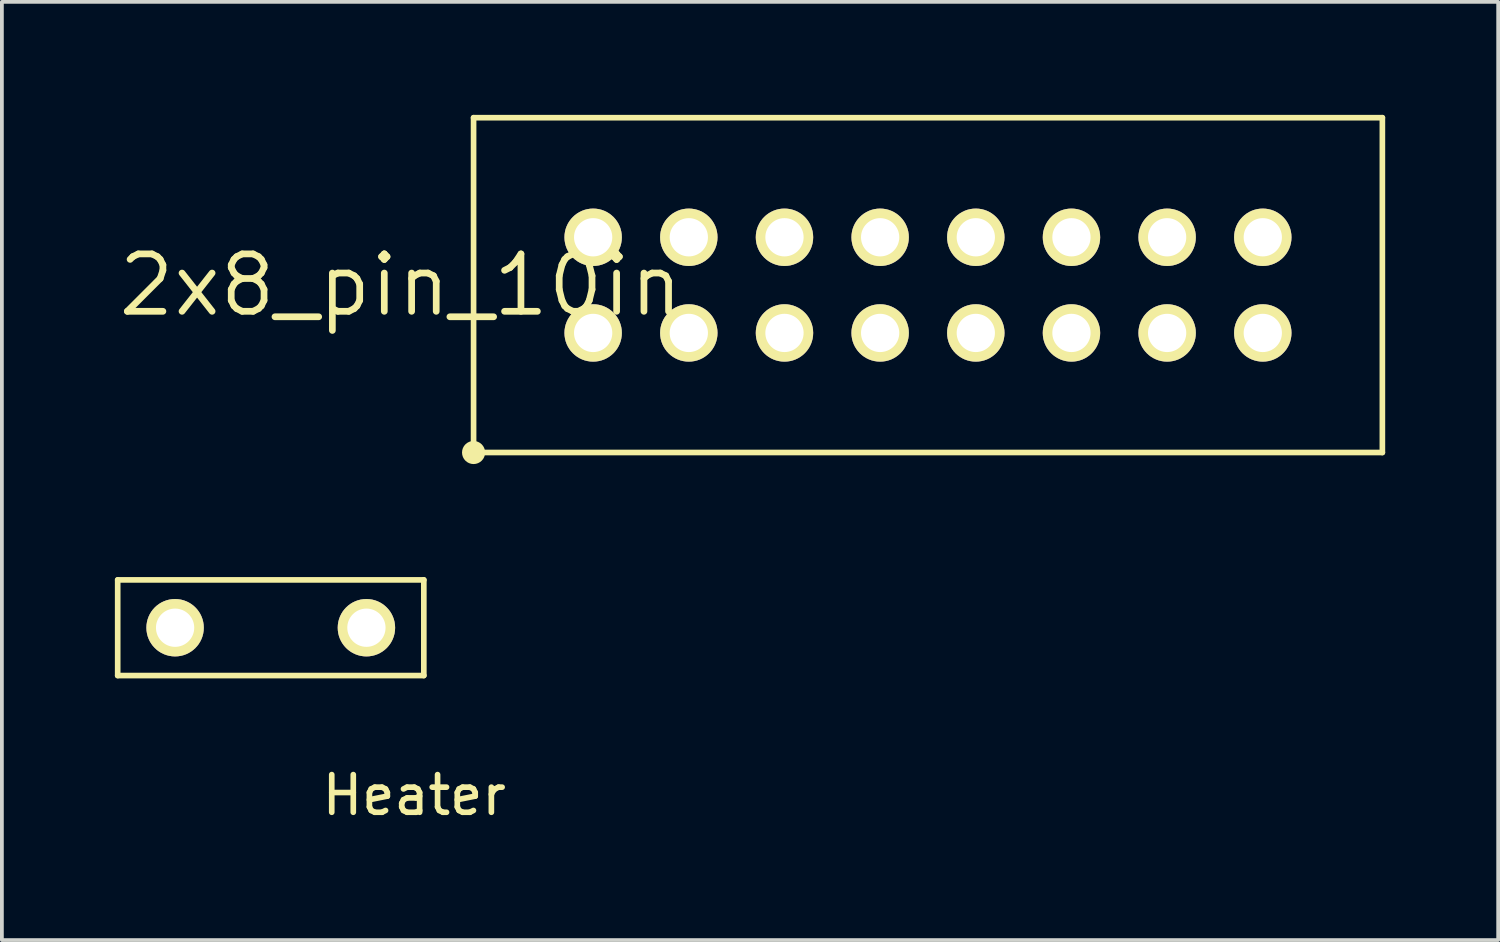
<source format=kicad_pcb>
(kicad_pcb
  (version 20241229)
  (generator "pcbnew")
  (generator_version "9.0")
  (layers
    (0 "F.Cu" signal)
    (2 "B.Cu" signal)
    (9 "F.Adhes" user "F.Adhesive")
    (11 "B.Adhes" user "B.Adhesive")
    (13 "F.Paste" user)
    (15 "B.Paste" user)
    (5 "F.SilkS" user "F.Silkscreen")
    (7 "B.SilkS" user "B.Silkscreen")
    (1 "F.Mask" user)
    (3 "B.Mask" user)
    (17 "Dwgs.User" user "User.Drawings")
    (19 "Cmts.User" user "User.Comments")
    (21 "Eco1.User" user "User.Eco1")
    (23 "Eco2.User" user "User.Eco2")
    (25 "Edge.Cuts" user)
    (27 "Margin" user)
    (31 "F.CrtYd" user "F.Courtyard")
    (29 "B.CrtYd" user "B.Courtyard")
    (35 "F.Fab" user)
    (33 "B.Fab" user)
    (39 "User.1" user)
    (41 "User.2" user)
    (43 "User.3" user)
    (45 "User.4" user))
  (footprint "Heater"
    (layer "F.Cu")
    (at 4.139 13.617)
    (property "Reference" "Heater" (at 3.81 4.445 0) (layer "F.SilkS") (effects (font (size 1 1) (thickness 0.15))))
    (attr through_hole)
    (fp_line (start -4.064 -1.27) (end -4.064 1.27) (stroke (width 0.15) (type solid)) (layer "F.SilkS"))
    (fp_line (start -4.064 1.27) (end 4.064 1.27) (stroke (width 0.15) (type solid)) (layer "F.SilkS"))
    (fp_line (start 4.064 -1.27) (end -4.064 -1.27) (stroke (width 0.15) (type solid)) (layer "F.SilkS"))
    (fp_line (start 4.064 1.27) (end 4.064 -1.27) (stroke (width 0.15) (type solid)) (layer "F.SilkS"))
    (pad "1" thru_hole circle (at -2.54 0) (size 1.524 1.524) (drill 1.016) (layers "*.Cu" "*.Mask" "F.SilkS"))
    (pad "2" thru_hole circle (at 2.54 0) (size 1.524 1.524) (drill 1.016) (layers "*.Cu" "*.Mask" "F.SilkS")))
  (footprint "2x8_pin_10in"
    (layer "F.Cu")
    (at 21.589 4.52)
    (property "Reference" "2x8_pin_10in" (at -14 0 0) (layer "F.SilkS") (effects (font (size 1.524 1.524) (thickness 0.178))))
    (attr through_hole)
    (fp_line (start -12.065 -4.445) (end -12.065 4.445) (stroke (width 0.15) (type solid)) (layer "F.SilkS"))
    (fp_line (start -12.065 4.445) (end 12.065 4.445) (stroke (width 0.15) (type solid)) (layer "F.SilkS"))
    (fp_line (start 12.065 -4.445) (end -12.065 -4.445) (stroke (width 0.15) (type solid)) (layer "F.SilkS"))
    (fp_line (start 12.065 4.445) (end 12.065 -4.445) (stroke (width 0.15) (type solid)) (layer "F.SilkS"))
    (fp_circle (center -12.065 4.445) (end -11.938 4.318) (stroke (width 0.254) (type solid)) (fill no) (layer "F.SilkS"))
    (pad "1" thru_hole circle (at -8.89 1.27) (size 1.524 1.524) (drill 1.016) (layers "*.Cu" "*.Mask" "F.SilkS"))
    (pad "2" thru_hole circle (at -8.89 -1.27) (size 1.524 1.524) (drill 1.016) (layers "*.Cu" "*.Mask" "F.SilkS"))
    (pad "3" thru_hole circle (at -6.35 1.27) (size 1.524 1.524) (drill 1.016) (layers "*.Cu" "*.Mask" "F.SilkS"))
    (pad "4" thru_hole circle (at -6.35 -1.27) (size 1.524 1.524) (drill 1.016) (layers "*.Cu" "*.Mask" "F.SilkS"))
    (pad "5" thru_hole circle (at -3.81 1.27) (size 1.524 1.524) (drill 1.016) (layers "*.Cu" "*.Mask" "F.SilkS"))
    (pad "6" thru_hole circle (at -3.81 -1.27) (size 1.524 1.524) (drill 1.016) (layers "*.Cu" "*.Mask" "F.SilkS"))
    (pad "7" thru_hole circle (at -1.27 1.27) (size 1.524 1.524) (drill 1.016) (layers "*.Cu" "*.Mask" "F.SilkS"))
    (pad "8" thru_hole circle (at -1.27 -1.27) (size 1.524 1.524) (drill 1.016) (layers "*.Cu" "*.Mask" "F.SilkS"))
    (pad "9" thru_hole circle (at 1.27 1.27) (size 1.524 1.524) (drill 1.016) (layers "*.Cu" "*.Mask" "F.SilkS"))
    (pad "10" thru_hole circle (at 1.27 -1.27) (size 1.524 1.524) (drill 1.016) (layers "*.Cu" "*.Mask" "F.SilkS"))
    (pad "11" thru_hole circle (at 3.81 1.27) (size 1.524 1.524) (drill 1.016) (layers "*.Cu" "*.Mask" "F.SilkS"))
    (pad "12" thru_hole circle (at 3.81 -1.27) (size 1.524 1.524) (drill 1.016) (layers "*.Cu" "*.Mask" "F.SilkS"))
    (pad "13" thru_hole circle (at 6.35 1.27) (size 1.524 1.524) (drill 1.016) (layers "*.Cu" "*.Mask" "F.SilkS"))
    (pad "14" thru_hole circle (at 6.35 -1.27) (size 1.524 1.524) (drill 1.016) (layers "*.Cu" "*.Mask" "F.SilkS"))
    (pad "15" thru_hole circle (at 8.89 1.27) (size 1.524 1.524) (drill 1.016) (layers "*.Cu" "*.Mask" "F.SilkS"))
    (pad "16" thru_hole circle (at 8.89 -1.27) (size 1.524 1.524) (drill 1.016) (layers "*.Cu" "*.Mask" "F.SilkS")))
  (gr_rect
    (start -3 -3)
    (end 36.729 21.91)
    (stroke (width 0.1) (type default))
    (fill no)
    (layer "Edge.Cuts")))
</source>
